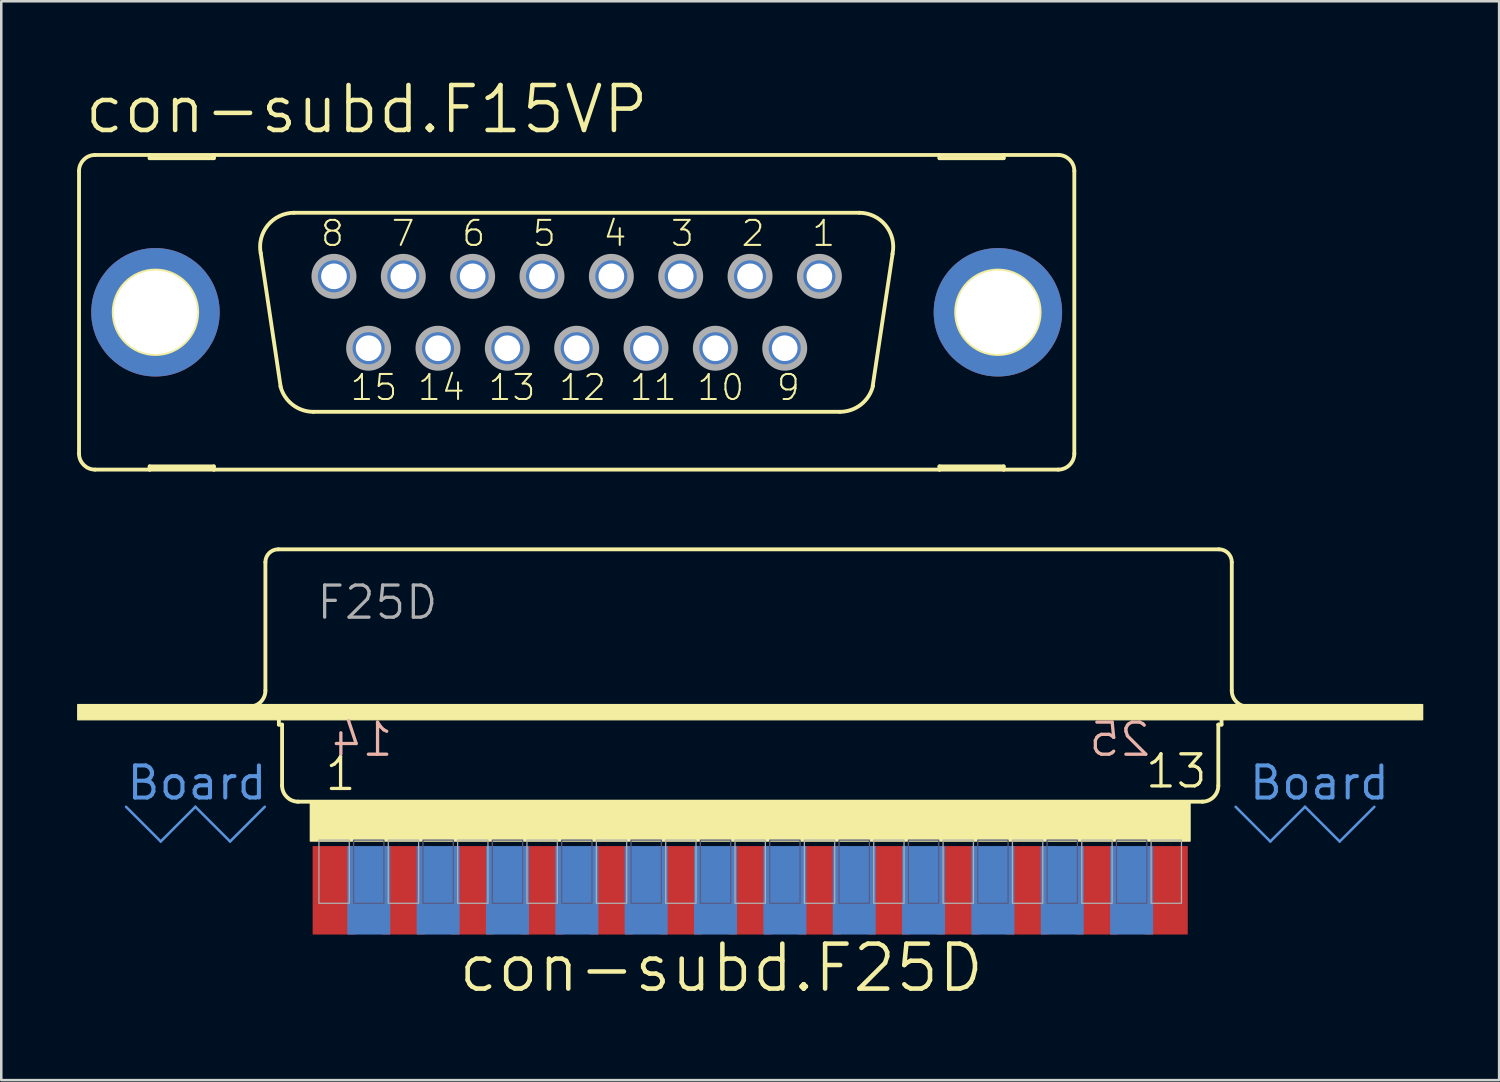
<source format=kicad_pcb>
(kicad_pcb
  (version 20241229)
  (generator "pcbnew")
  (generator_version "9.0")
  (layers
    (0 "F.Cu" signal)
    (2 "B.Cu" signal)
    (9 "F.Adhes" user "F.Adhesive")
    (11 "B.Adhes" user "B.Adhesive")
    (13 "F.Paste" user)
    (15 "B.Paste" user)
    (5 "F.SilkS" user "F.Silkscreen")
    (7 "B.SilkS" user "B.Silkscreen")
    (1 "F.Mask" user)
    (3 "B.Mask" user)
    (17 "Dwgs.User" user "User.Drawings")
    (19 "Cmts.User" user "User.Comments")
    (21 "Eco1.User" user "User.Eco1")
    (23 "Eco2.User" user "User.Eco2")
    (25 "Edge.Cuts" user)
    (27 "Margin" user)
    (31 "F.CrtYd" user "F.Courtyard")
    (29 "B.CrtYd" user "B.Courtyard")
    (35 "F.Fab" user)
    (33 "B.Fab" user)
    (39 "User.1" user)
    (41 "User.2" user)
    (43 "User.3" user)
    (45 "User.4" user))
  (footprint "con-subd.F15VP"
    (layer "F.Cu")
    (at 19.761 9.303)
    (property "Reference" "con-subd.F15VP" (at -19.558 -6.985 0) (layer "F.SilkS") (effects (font (size 1.778 1.778) (thickness 0.18)) (justify left bottom)))
    (attr through_hole)
    (fp_line (start -19.685 -5.588) (end -19.685 5.588) (stroke (width 0.152) (type default)) (layer "F.SilkS"))
    (fp_line (start -19.05 6.223) (end -16.891 6.223) (stroke (width 0.152) (type default)) (layer "F.SilkS"))
    (fp_line (start -16.891 -6.223) (end -19.05 -6.223) (stroke (width 0.152) (type default)) (layer "F.SilkS"))
    (fp_line (start -16.891 -6.223) (end -16.891 -6.096) (stroke (width 0.152) (type default)) (layer "F.SilkS"))
    (fp_line (start -16.891 -6.096) (end -14.351 -6.096) (stroke (width 0.152) (type default)) (layer "F.SilkS"))
    (fp_line (start -16.891 6.096) (end -14.351 6.096) (stroke (width 0.152) (type default)) (layer "F.SilkS"))
    (fp_line (start -16.891 6.223) (end -16.891 6.096) (stroke (width 0.152) (type default)) (layer "F.SilkS"))
    (fp_line (start -16.891 6.223) (end -14.351 6.223) (stroke (width 0.152) (type default)) (layer "F.SilkS"))
    (fp_line (start -14.351 -6.223) (end -16.891 -6.223) (stroke (width 0.152) (type default)) (layer "F.SilkS"))
    (fp_line (start -14.351 -6.096) (end -14.351 -6.223) (stroke (width 0.152) (type default)) (layer "F.SilkS"))
    (fp_line (start -14.351 6.096) (end -14.351 6.223) (stroke (width 0.152) (type default)) (layer "F.SilkS"))
    (fp_line (start -14.351 6.223) (end 14.351 6.223) (stroke (width 0.152) (type default)) (layer "F.SilkS"))
    (fp_line (start -11.709 2.946) (end -12.497 -2.337) (stroke (width 0.152) (type default)) (layer "F.SilkS"))
    (fp_line (start -11.176 -3.937) (end 11.176 -3.937) (stroke (width 0.152) (type default)) (layer "F.SilkS"))
    (fp_line (start -10.414 3.937) (end 10.414 3.937) (stroke (width 0.152) (type default)) (layer "F.SilkS"))
    (fp_line (start 12.497 -2.311) (end 11.709 2.921) (stroke (width 0.152) (type default)) (layer "F.SilkS"))
    (fp_line (start 14.351 -6.223) (end -14.351 -6.223) (stroke (width 0.152) (type default)) (layer "F.SilkS"))
    (fp_line (start 14.351 -6.223) (end 14.351 -6.096) (stroke (width 0.152) (type default)) (layer "F.SilkS"))
    (fp_line (start 14.351 -6.096) (end 16.891 -6.096) (stroke (width 0.152) (type default)) (layer "F.SilkS"))
    (fp_line (start 14.351 6.096) (end 16.891 6.096) (stroke (width 0.152) (type default)) (layer "F.SilkS"))
    (fp_line (start 14.351 6.223) (end 14.351 6.096) (stroke (width 0.152) (type default)) (layer "F.SilkS"))
    (fp_line (start 14.351 6.223) (end 16.891 6.223) (stroke (width 0.152) (type default)) (layer "F.SilkS"))
    (fp_line (start 16.891 -6.223) (end 14.351 -6.223) (stroke (width 0.152) (type default)) (layer "F.SilkS"))
    (fp_line (start 16.891 -6.096) (end 16.891 -6.223) (stroke (width 0.152) (type default)) (layer "F.SilkS"))
    (fp_line (start 16.891 6.096) (end 16.891 6.223) (stroke (width 0.152) (type default)) (layer "F.SilkS"))
    (fp_line (start 16.891 6.223) (end 19.05 6.223) (stroke (width 0.152) (type default)) (layer "F.SilkS"))
    (fp_line (start 19.05 -6.223) (end 16.891 -6.223) (stroke (width 0.152) (type default)) (layer "F.SilkS"))
    (fp_line (start 19.685 -5.588) (end 19.685 5.588) (stroke (width 0.152) (type default)) (layer "F.SilkS"))
    (fp_arc (start -19.685 -5.588) (mid -19.499013 -6.037013) (end -19.05 -6.223) (stroke (width 0.1524) (type default)) (layer "F.SilkS"))
    (fp_arc (start -19.05 6.223) (mid -19.499013 6.037013) (end -19.685 5.588) (stroke (width 0.1524) (type default)) (layer "F.SilkS"))
    (fp_arc (start -12.4961 -2.3268) (mid -12.217082 -3.444284) (end -11.176 -3.937) (stroke (width 0.1524) (type default)) (layer "F.SilkS"))
    (fp_arc (start -10.414 3.937) (mid -11.2375 3.655746) (end -11.7169 2.9295) (stroke (width 0.1524) (type default)) (layer "F.SilkS"))
    (fp_arc (start 11.176 -3.937) (mid 12.224556 -3.435184) (end 12.4915 -2.3038) (stroke (width 0.1524) (type default)) (layer "F.SilkS"))
    (fp_arc (start 11.7227 2.905) (mid 11.247256 3.647874) (end 10.414 3.937) (stroke (width 0.1524) (type default)) (layer "F.SilkS"))
    (fp_arc (start 19.05 -6.223) (mid 19.499013 -6.037013) (end 19.685 -5.588) (stroke (width 0.1524) (type default)) (layer "F.SilkS"))
    (fp_arc (start 19.685 5.588) (mid 19.499013 6.037013) (end 19.05 6.223) (stroke (width 0.1524) (type default)) (layer "F.SilkS"))
    (fp_circle (center -16.662 0) (end -15.011 0) (stroke (width 0.152) (type default)) (fill no) (layer "F.SilkS"))
    (fp_circle (center 16.662 0) (end 18.313 0) (stroke (width 0.152) (type default)) (fill no) (layer "F.SilkS"))
    (fp_circle (center -9.601 -1.422) (end -8.839 -1.422) (stroke (width 0.254) (type default)) (fill no) (layer "F.Fab"))
    (fp_circle (center -8.23 1.422) (end -7.468 1.422) (stroke (width 0.254) (type default)) (fill no) (layer "F.Fab"))
    (fp_circle (center -6.858 -1.422) (end -6.096 -1.422) (stroke (width 0.254) (type default)) (fill no) (layer "F.Fab"))
    (fp_circle (center -5.486 1.422) (end -4.724 1.422) (stroke (width 0.254) (type default)) (fill no) (layer "F.Fab"))
    (fp_circle (center -4.115 -1.422) (end -3.353 -1.422) (stroke (width 0.254) (type default)) (fill no) (layer "F.Fab"))
    (fp_circle (center -2.743 1.422) (end -1.981 1.422) (stroke (width 0.254) (type default)) (fill no) (layer "F.Fab"))
    (fp_circle (center -1.372 -1.422) (end -0.61 -1.422) (stroke (width 0.254) (type default)) (fill no) (layer "F.Fab"))
    (fp_circle (center 0 1.422) (end 0.762 1.422) (stroke (width 0.254) (type default)) (fill no) (layer "F.Fab"))
    (fp_circle (center 1.372 -1.422) (end 2.134 -1.422) (stroke (width 0.254) (type default)) (fill no) (layer "F.Fab"))
    (fp_circle (center 2.743 1.422) (end 3.505 1.422) (stroke (width 0.254) (type default)) (fill no) (layer "F.Fab"))
    (fp_circle (center 4.115 -1.422) (end 4.877 -1.422) (stroke (width 0.254) (type default)) (fill no) (layer "F.Fab"))
    (fp_circle (center 5.486 1.422) (end 6.248 1.422) (stroke (width 0.254) (type default)) (fill no) (layer "F.Fab"))
    (fp_circle (center 6.858 -1.422) (end 7.62 -1.422) (stroke (width 0.254) (type default)) (fill no) (layer "F.Fab"))
    (fp_circle (center 8.23 1.422) (end 8.992 1.422) (stroke (width 0.254) (type default)) (fill no) (layer "F.Fab"))
    (fp_circle (center 9.601 -1.422) (end 10.363 -1.422) (stroke (width 0.254) (type default)) (fill no) (layer "F.Fab"))
    (fp_text user "4" (at 0.991 -2.54 0) (layer "F.SilkS") (effects (font (size 0.991 0.991) (thickness 0.08)) (justify left bottom)))
    (fp_text user "9" (at 7.849 3.556 0) (layer "F.SilkS") (effects (font (size 0.991 0.991) (thickness 0.08)) (justify left bottom)))
    (fp_text user "1" (at 9.246 -2.54 0) (layer "F.SilkS") (effects (font (size 0.991 0.991) (thickness 0.08)) (justify left bottom)))
    (fp_text user "5" (at -1.803 -2.54 0) (layer "F.SilkS") (effects (font (size 0.991 0.991) (thickness 0.08)) (justify left bottom)))
    (fp_text user "11" (at 2.032 3.556 0) (layer "F.SilkS") (effects (font (size 0.991 0.991) (thickness 0.08)) (justify left bottom)))
    (fp_text user "12" (at -0.762 3.556 0) (layer "F.SilkS") (effects (font (size 0.991 0.991) (thickness 0.08)) (justify left bottom)))
    (fp_text user "7" (at -7.391 -2.54 0) (layer "F.SilkS") (effects (font (size 0.991 0.991) (thickness 0.08)) (justify left bottom)))
    (fp_text user "10" (at 4.699 3.556 0) (layer "F.SilkS") (effects (font (size 0.991 0.991) (thickness 0.08)) (justify left bottom)))
    (fp_text user "6" (at -4.597 -2.54 0) (layer "F.SilkS") (effects (font (size 0.991 0.991) (thickness 0.08)) (justify left bottom)))
    (fp_text user "3" (at 3.658 -2.54 0) (layer "F.SilkS") (effects (font (size 0.991 0.991) (thickness 0.08)) (justify left bottom)))
    (fp_text user "2" (at 6.452 -2.54 0) (layer "F.SilkS") (effects (font (size 0.991 0.991) (thickness 0.08)) (justify left bottom)))
    (fp_text user "15" (at -9.017 3.556 0) (layer "F.SilkS") (effects (font (size 0.991 0.991) (thickness 0.08)) (justify left bottom)))
    (fp_text user "14" (at -6.35 3.556 0) (layer "F.SilkS") (effects (font (size 0.991 0.991) (thickness 0.08)) (justify left bottom)))
    (fp_text user "8" (at -10.185 -2.54 0) (layer "F.SilkS") (effects (font (size 0.991 0.991) (thickness 0.08)) (justify left bottom)))
    (fp_text user "13" (at -3.556 3.556 0) (layer "F.SilkS") (effects (font (size 0.991 0.991) (thickness 0.08)) (justify left bottom)))
    (pad "1" thru_hole circle (at 9.601 -1.422) (size 1.524 1.524) (drill 1.016) (layers "*.Cu" "*.Mask"))
    (pad "2" thru_hole circle (at 6.858 -1.422) (size 1.524 1.524) (drill 1.016) (layers "*.Cu" "*.Mask"))
    (pad "3" thru_hole circle (at 4.115 -1.422) (size 1.524 1.524) (drill 1.016) (layers "*.Cu" "*.Mask"))
    (pad "4" thru_hole circle (at 1.372 -1.422) (size 1.524 1.524) (drill 1.016) (layers "*.Cu" "*.Mask"))
    (pad "5" thru_hole circle (at -1.372 -1.422) (size 1.524 1.524) (drill 1.016) (layers "*.Cu" "*.Mask"))
    (pad "6" thru_hole circle (at -4.115 -1.422) (size 1.524 1.524) (drill 1.016) (layers "*.Cu" "*.Mask"))
    (pad "7" thru_hole circle (at -6.858 -1.422) (size 1.524 1.524) (drill 1.016) (layers "*.Cu" "*.Mask"))
    (pad "8" thru_hole circle (at -9.601 -1.422) (size 1.524 1.524) (drill 1.016) (layers "*.Cu" "*.Mask"))
    (pad "9" thru_hole circle (at 8.23 1.422) (size 1.524 1.524) (drill 1.016) (layers "*.Cu" "*.Mask"))
    (pad "10" thru_hole circle (at 5.486 1.422) (size 1.524 1.524) (drill 1.016) (layers "*.Cu" "*.Mask"))
    (pad "11" thru_hole circle (at 2.743 1.422) (size 1.524 1.524) (drill 1.016) (layers "*.Cu" "*.Mask"))
    (pad "12" thru_hole circle (at 0 1.422) (size 1.524 1.524) (drill 1.016) (layers "*.Cu" "*.Mask"))
    (pad "13" thru_hole circle (at -2.743 1.422) (size 1.524 1.524) (drill 1.016) (layers "*.Cu" "*.Mask"))
    (pad "14" thru_hole circle (at -5.486 1.422) (size 1.524 1.524) (drill 1.016) (layers "*.Cu" "*.Mask"))
    (pad "15" thru_hole circle (at -8.23 1.422) (size 1.524 1.524) (drill 1.016) (layers "*.Cu" "*.Mask"))
    (pad "G1" thru_hole circle (at -16.662 0) (size 5.08 5.08) (drill 3.302) (layers "*.Cu" "*.Mask"))
    (pad "G2" thru_hole circle (at 16.662 0) (size 5.08 5.08) (drill 3.302) (layers "*.Cu" "*.Mask")))
  (footprint "con-subd.F25D"
    (layer "F.Cu")
    (at 26.625 26.121)
    (property "Reference" "con-subd.F25D" (at -11.633 10.16 0) (layer "F.SilkS") (effects (font (size 1.778 1.778) (thickness 0.18)) (justify left bottom)))
    (attr smd)
    (fp_line (start -19.177 -1.854) (end -19.177 -6.934) (stroke (width 0.152) (type default)) (layer "F.SilkS"))
    (fp_line (start -18.669 -7.442) (end 18.542 -7.442) (stroke (width 0.152) (type default)) (layer "F.SilkS"))
    (fp_line (start -18.644 -0.508) (end -18.644 -1.016) (stroke (width 0.152) (type default)) (layer "F.SilkS"))
    (fp_line (start -18.644 -0.508) (end -18.517 -0.508) (stroke (width 0.152) (type default)) (layer "F.SilkS"))
    (fp_line (start -18.517 1.905) (end -18.517 -0.508) (stroke (width 0.152) (type default)) (layer "F.SilkS"))
    (fp_line (start -17.901 2.54) (end 17.901 2.54) (stroke (width 0.152) (type default)) (layer "F.SilkS"))
    (fp_line (start 18.517 -0.508) (end 18.644 -0.508) (stroke (width 0.152) (type default)) (layer "F.SilkS"))
    (fp_line (start 18.517 1.905) (end 18.517 -0.508) (stroke (width 0.152) (type default)) (layer "F.SilkS"))
    (fp_line (start 18.644 -0.508) (end 18.644 -1.016) (stroke (width 0.152) (type default)) (layer "F.SilkS"))
    (fp_line (start 19.05 -1.854) (end 19.05 -6.934) (stroke (width 0.152) (type default)) (layer "F.SilkS"))
    (fp_rect (start -26.6 -0.7) (end 26.6 -1.3) (stroke (width 0.05) (type default)) (fill yes) (layer "F.SilkS"))
    (fp_rect (start -17.4 4.1) (end 17.4 2.5) (stroke (width 0.05) (type default)) (fill yes) (layer "F.SilkS"))
    (fp_arc (start -19.177 -6.9342) (mid -19.02821 -7.29341) (end -18.669 -7.4422) (stroke (width 0.1524) (type default)) (layer "F.SilkS"))
    (fp_arc (start -19.177 -1.8542) (mid -19.362987 -1.405187) (end -19.812 -1.2192) (stroke (width 0.1524) (type default)) (layer "F.SilkS"))
    (fp_arc (start -17.8816 2.54) (mid -18.330613 2.354013) (end -18.5166 1.905) (stroke (width 0.1524) (type default)) (layer "F.SilkS"))
    (fp_arc (start 18.5166 1.905) (mid 18.330613 2.354013) (end 17.8816 2.54) (stroke (width 0.1524) (type default)) (layer "F.SilkS"))
    (fp_arc (start 18.542 -7.4422) (mid 18.90121 -7.29341) (end 19.05 -6.9342) (stroke (width 0.1524) (type default)) (layer "F.SilkS"))
    (fp_arc (start 19.685 -1.2192) (mid 19.235987 -1.405187) (end 19.05 -1.8542) (stroke (width 0.1524) (type default)) (layer "F.SilkS"))
    (fp_line (start -24.689 2.743) (end -23.317 4.115) (stroke (width 0.1) (type default)) (layer "Cmts.User"))
    (fp_line (start -23.317 4.115) (end -21.946 2.743) (stroke (width 0.1) (type default)) (layer "Cmts.User"))
    (fp_line (start -21.946 2.743) (end -20.574 4.115) (stroke (width 0.1) (type default)) (layer "Cmts.User"))
    (fp_line (start -20.574 4.115) (end -19.202 2.743) (stroke (width 0.1) (type default)) (layer "Cmts.User"))
    (fp_line (start 19.202 2.743) (end 20.574 4.115) (stroke (width 0.1) (type default)) (layer "Cmts.User"))
    (fp_line (start 20.574 4.115) (end 21.946 2.743) (stroke (width 0.1) (type default)) (layer "Cmts.User"))
    (fp_line (start 21.946 2.743) (end 23.317 4.115) (stroke (width 0.1) (type default)) (layer "Cmts.User"))
    (fp_line (start 23.317 4.115) (end 24.689 2.743) (stroke (width 0.1) (type default)) (layer "Cmts.User"))
    (fp_rect (start -15.688 6.56) (end -14.488 4.06) (stroke (width 0.05) (type default)) (fill no) (layer "B.Fab"))
    (fp_rect (start -12.944 6.56) (end -11.744 4.06) (stroke (width 0.05) (type default)) (fill no) (layer "B.Fab"))
    (fp_rect (start -10.201 6.56) (end -9.001 4.06) (stroke (width 0.05) (type default)) (fill no) (layer "B.Fab"))
    (fp_rect (start -7.458 6.56) (end -6.258 4.06) (stroke (width 0.05) (type default)) (fill no) (layer "B.Fab"))
    (fp_rect (start -4.715 6.56) (end -3.515 4.06) (stroke (width 0.05) (type default)) (fill no) (layer "B.Fab"))
    (fp_rect (start -1.972 6.56) (end -0.772 4.06) (stroke (width 0.05) (type default)) (fill no) (layer "B.Fab"))
    (fp_rect (start 0.772 6.56) (end 1.972 4.06) (stroke (width 0.05) (type default)) (fill no) (layer "B.Fab"))
    (fp_rect (start 3.515 6.56) (end 4.715 4.06) (stroke (width 0.05) (type default)) (fill no) (layer "B.Fab"))
    (fp_rect (start 6.258 6.56) (end 7.458 4.06) (stroke (width 0.05) (type default)) (fill no) (layer "B.Fab"))
    (fp_rect (start 9.001 6.56) (end 10.201 4.06) (stroke (width 0.05) (type default)) (fill no) (layer "B.Fab"))
    (fp_rect (start 11.744 6.56) (end 12.944 4.06) (stroke (width 0.05) (type default)) (fill no) (layer "B.Fab"))
    (fp_rect (start 14.488 6.56) (end 15.688 4.06) (stroke (width 0.05) (type default)) (fill no) (layer "B.Fab"))
    (fp_rect (start -17.059 6.56) (end -15.859 4.06) (stroke (width 0.05) (type default)) (fill no) (layer "F.Fab"))
    (fp_rect (start -14.316 6.56) (end -13.116 4.06) (stroke (width 0.05) (type default)) (fill no) (layer "F.Fab"))
    (fp_rect (start -11.573 6.56) (end -10.373 4.06) (stroke (width 0.05) (type default)) (fill no) (layer "F.Fab"))
    (fp_rect (start -8.83 6.56) (end -7.63 4.06) (stroke (width 0.05) (type default)) (fill no) (layer "F.Fab"))
    (fp_rect (start -6.086 6.56) (end -4.886 4.06) (stroke (width 0.05) (type default)) (fill no) (layer "F.Fab"))
    (fp_rect (start -3.343 6.56) (end -2.143 4.06) (stroke (width 0.05) (type default)) (fill no) (layer "F.Fab"))
    (fp_rect (start -0.6 6.56) (end 0.6 4.06) (stroke (width 0.05) (type default)) (fill no) (layer "F.Fab"))
    (fp_rect (start 2.143 6.56) (end 3.343 4.06) (stroke (width 0.05) (type default)) (fill no) (layer "F.Fab"))
    (fp_rect (start 4.886 6.56) (end 6.086 4.06) (stroke (width 0.05) (type default)) (fill no) (layer "F.Fab"))
    (fp_rect (start 7.63 6.56) (end 8.83 4.06) (stroke (width 0.05) (type default)) (fill no) (layer "F.Fab"))
    (fp_rect (start 10.373 6.56) (end 11.573 4.06) (stroke (width 0.05) (type default)) (fill no) (layer "F.Fab"))
    (fp_rect (start 13.116 6.56) (end 14.316 4.06) (stroke (width 0.05) (type default)) (fill no) (layer "F.Fab"))
    (fp_rect (start 15.859 6.56) (end 17.059 4.06) (stroke (width 0.05) (type default)) (fill no) (layer "F.Fab"))
    (fp_text user "1" (at -16.893 2.179 0) (layer "F.SilkS") (effects (font (size 1.27 1.27) (thickness 0.13)) (justify left bottom)))
    (fp_text user "13" (at 15.558 2.079 0) (layer "F.SilkS") (effects (font (size 1.27 1.27) (thickness 0.13)) (justify left bottom)))
    (fp_text user "25" (at 15.915 0.825 0) (layer "B.SilkS") (effects (font (size 1.27 1.27) (thickness 0.13)) (justify left bottom mirror)))
    (fp_text user "14" (at -14.05 0.825 0) (layer "B.SilkS") (effects (font (size 1.27 1.27) (thickness 0.13)) (justify left bottom mirror)))
    (fp_text user "Board " (at -24.74 2.54 0) (layer "Cmts.User") (effects (font (size 1.27 1.27) (thickness 0.16)) (justify left bottom)))
    (fp_text user "Board" (at 19.66 2.54 0) (layer "Cmts.User") (effects (font (size 1.27 1.27) (thickness 0.16)) (justify left bottom)))
    (fp_text user "F25D" (at -17.221 -4.597 0) (layer "F.Fab") (effects (font (size 1.27 1.27) (thickness 0.13)) (justify left bottom)))
    (pad "1" smd roundrect (at -16.459 6.045) (size 1.7 3.5) (layers "F.Cu" "F.Mask" "F.Paste") (roundrect_rratio 0.01))
    (pad "2" smd roundrect (at -13.716 6.045) (size 1.7 3.5) (layers "F.Cu" "F.Mask" "F.Paste") (roundrect_rratio 0.01))
    (pad "3" smd roundrect (at -10.973 6.045) (size 1.7 3.5) (layers "F.Cu" "F.Mask" "F.Paste") (roundrect_rratio 0.01))
    (pad "4" smd roundrect (at -8.23 6.045) (size 1.7 3.5) (layers "F.Cu" "F.Mask" "F.Paste") (roundrect_rratio 0.01))
    (pad "5" smd roundrect (at -5.486 6.045) (size 1.7 3.5) (layers "F.Cu" "F.Mask" "F.Paste") (roundrect_rratio 0.01))
    (pad "6" smd roundrect (at -2.743 6.045) (size 1.7 3.5) (layers "F.Cu" "F.Mask" "F.Paste") (roundrect_rratio 0.01))
    (pad "7" smd roundrect (at 0 6.045) (size 1.7 3.5) (layers "F.Cu" "F.Mask" "F.Paste") (roundrect_rratio 0.01))
    (pad "8" smd roundrect (at 2.743 6.045) (size 1.7 3.5) (layers "F.Cu" "F.Mask" "F.Paste") (roundrect_rratio 0.01))
    (pad "9" smd roundrect (at 5.486 6.045) (size 1.7 3.5) (layers "F.Cu" "F.Mask" "F.Paste") (roundrect_rratio 0.01))
    (pad "10" smd roundrect (at 8.23 6.045) (size 1.7 3.5) (layers "F.Cu" "F.Mask" "F.Paste") (roundrect_rratio 0.01))
    (pad "11" smd roundrect (at 10.973 6.045) (size 1.7 3.5) (layers "F.Cu" "F.Mask" "F.Paste") (roundrect_rratio 0.01))
    (pad "12" smd roundrect (at 13.716 6.045) (size 1.7 3.5) (layers "F.Cu" "F.Mask" "F.Paste") (roundrect_rratio 0.01))
    (pad "13" smd roundrect (at 16.459 6.045) (size 1.7 3.5) (layers "F.Cu" "F.Mask" "F.Paste") (roundrect_rratio 0.01))
    (pad "14" smd roundrect (at -15.088 6.045) (size 1.7 3.5) (layers "B.Cu" "B.Mask" "B.Paste") (roundrect_rratio 0.01))
    (pad "15" smd roundrect (at -12.344 6.045) (size 1.7 3.5) (layers "B.Cu" "B.Mask" "B.Paste") (roundrect_rratio 0.01))
    (pad "16" smd roundrect (at -9.601 6.045) (size 1.7 3.5) (layers "B.Cu" "B.Mask" "B.Paste") (roundrect_rratio 0.01))
    (pad "17" smd roundrect (at -6.858 6.045) (size 1.7 3.5) (layers "B.Cu" "B.Mask" "B.Paste") (roundrect_rratio 0.01))
    (pad "18" smd roundrect (at -4.115 6.045) (size 1.7 3.5) (layers "B.Cu" "B.Mask" "B.Paste") (roundrect_rratio 0.01))
    (pad "19" smd roundrect (at -1.372 6.045) (size 1.7 3.5) (layers "B.Cu" "B.Mask" "B.Paste") (roundrect_rratio 0.01))
    (pad "20" smd roundrect (at 1.372 6.045) (size 1.7 3.5) (layers "B.Cu" "B.Mask" "B.Paste") (roundrect_rratio 0.01))
    (pad "21" smd roundrect (at 4.115 6.045) (size 1.7 3.5) (layers "B.Cu" "B.Mask" "B.Paste") (roundrect_rratio 0.01))
    (pad "22" smd roundrect (at 6.858 6.045) (size 1.7 3.5) (layers "B.Cu" "B.Mask" "B.Paste") (roundrect_rratio 0.01))
    (pad "23" smd roundrect (at 9.601 6.045) (size 1.7 3.5) (layers "B.Cu" "B.Mask" "B.Paste") (roundrect_rratio 0.01))
    (pad "24" smd roundrect (at 12.344 6.045) (size 1.7 3.5) (layers "B.Cu" "B.Mask" "B.Paste") (roundrect_rratio 0.01))
    (pad "25" smd roundrect (at 15.088 6.045) (size 1.7 3.5) (layers "B.Cu" "B.Mask" "B.Paste") (roundrect_rratio 0.01)))
  (gr_rect
    (start -3 -3)
    (end 56.25 39.675)
    (stroke (width 0.1) (type default))
    (fill no)
    (layer "Edge.Cuts")))
</source>
